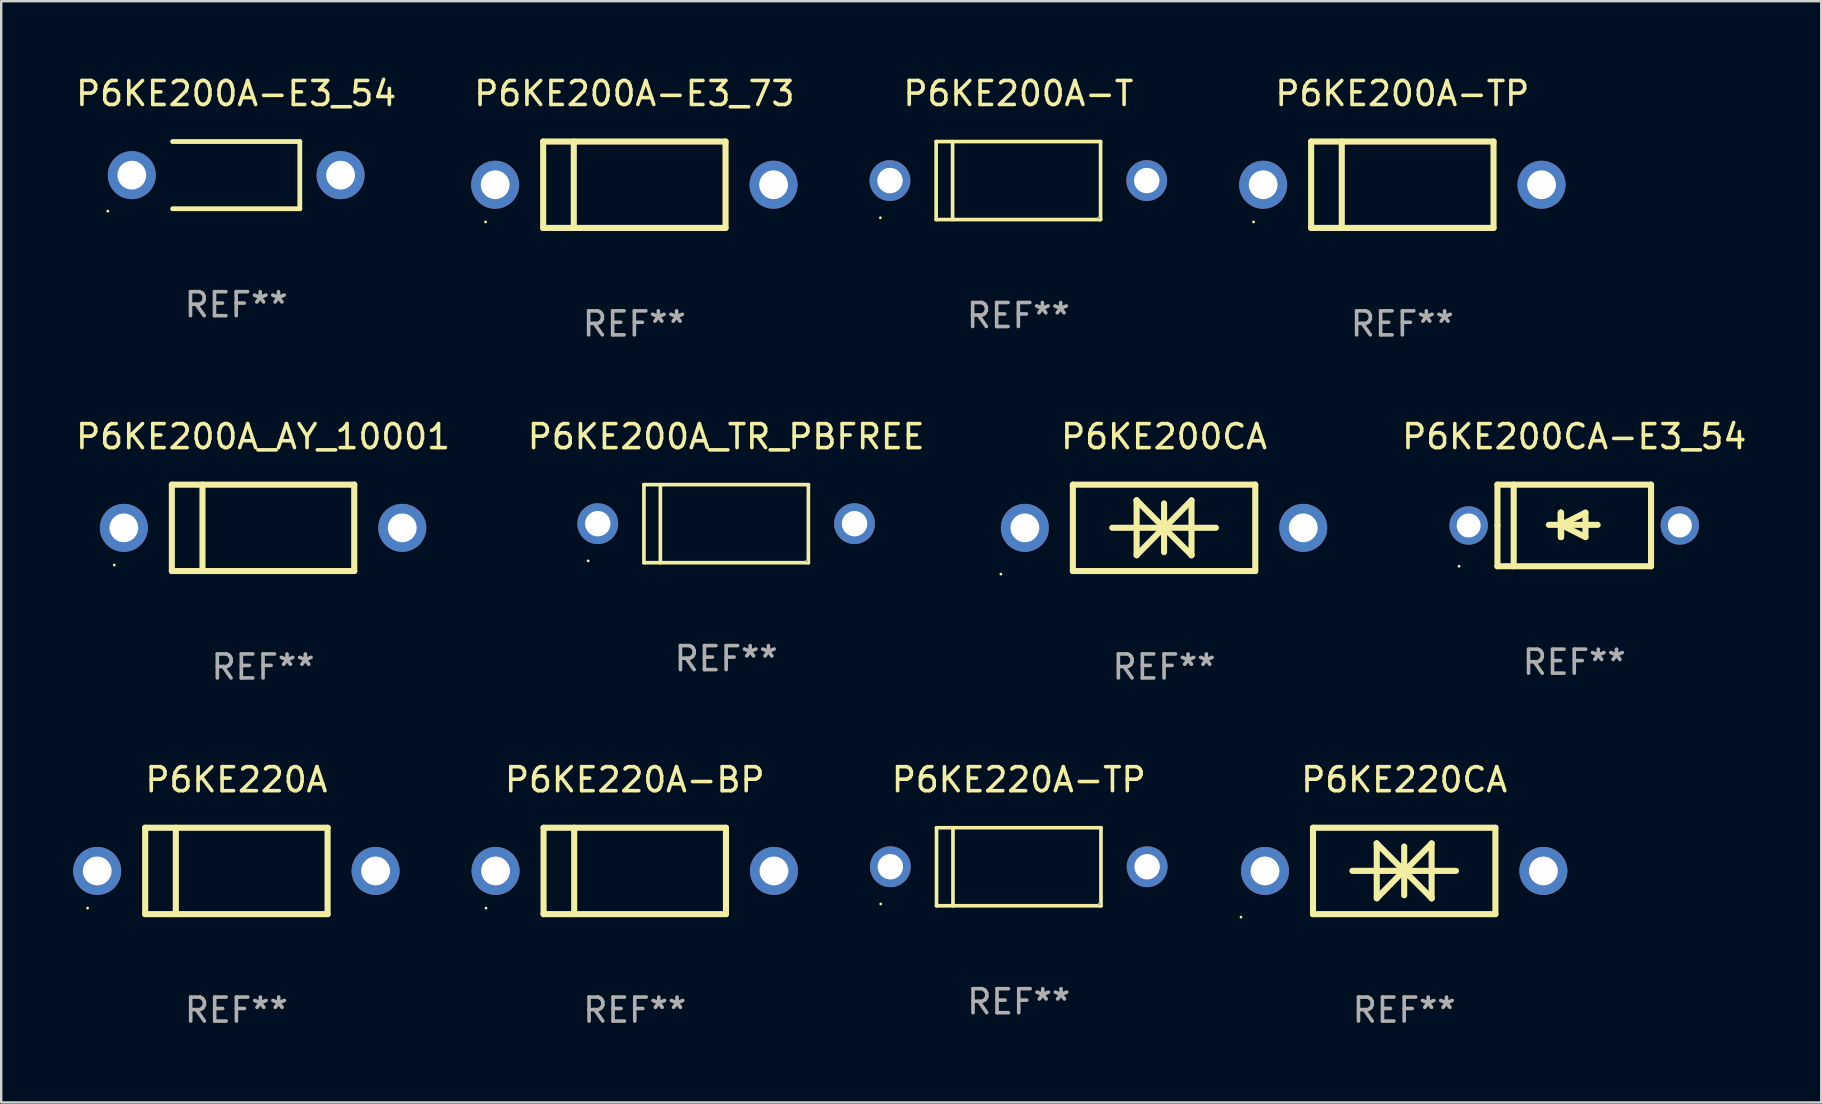
<source format=kicad_pcb>
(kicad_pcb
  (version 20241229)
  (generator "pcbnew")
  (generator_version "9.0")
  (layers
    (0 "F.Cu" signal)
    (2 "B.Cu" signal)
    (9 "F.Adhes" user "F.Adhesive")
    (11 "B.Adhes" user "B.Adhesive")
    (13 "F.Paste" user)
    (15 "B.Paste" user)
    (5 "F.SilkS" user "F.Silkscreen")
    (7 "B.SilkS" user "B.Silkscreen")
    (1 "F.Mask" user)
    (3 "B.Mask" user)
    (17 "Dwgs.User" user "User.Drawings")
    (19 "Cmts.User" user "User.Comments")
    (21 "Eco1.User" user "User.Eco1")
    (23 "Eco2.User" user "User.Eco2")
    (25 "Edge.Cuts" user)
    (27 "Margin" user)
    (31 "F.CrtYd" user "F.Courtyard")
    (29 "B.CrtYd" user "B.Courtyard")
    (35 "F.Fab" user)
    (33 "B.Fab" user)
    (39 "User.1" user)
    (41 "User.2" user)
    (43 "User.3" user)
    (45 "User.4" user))
  (footprint "P6KE200A-T"
    (layer "F.Cu")
    (at 39.384 4.474)
    (property "Reference" "P6KE200A-T" (at 0 -3.626 0) (layer "F.SilkS") (effects (font (size 1 1) (thickness 0.15))))
    (attr through_hole)
    (fp_line (start -3.426 -1.626) (end 3.426 -1.626) (stroke (width 0.152) (type solid)) (layer "F.SilkS"))
    (fp_line (start -3.426 1.626) (end -3.426 -1.626) (stroke (width 0.152) (type solid)) (layer "F.SilkS"))
    (fp_line (start -2.741 -1.626) (end -2.741 1.626) (stroke (width 0.152) (type solid)) (layer "F.SilkS"))
    (fp_line (start 3.426 -1.626) (end 3.426 1.626) (stroke (width 0.152) (type solid)) (layer "F.SilkS"))
    (fp_line (start 3.426 1.626) (end -3.426 1.626) (stroke (width 0.152) (type solid)) (layer "F.SilkS"))
    (fp_circle (center -5.75 1.55) (end -5.72 1.55) (stroke (width 0.06) (type solid)) (fill no) (layer "F.SilkS"))
    (fp_circle (center 3.35 1.55) (end 3.38 1.55) (stroke (width 0.06) (type solid)) (fill no) (layer "F.Fab"))
    (fp_text user "REF**" (at 0 5.626 0) (layer "F.Fab") (effects (font (size 1 1) (thickness 0.15))))
    (pad "1" thru_hole circle (at -5.35 -0.000013) (size 1.7 1.7) (drill 1.06) (layers "*.Cu" "*.Mask"))
    (pad "2" thru_hole circle (at 5.35 -0.000013) (size 1.7 1.7) (drill 1.06) (layers "*.Cu" "*.Mask")))
  (footprint "P6KE200A_TR_PBFREE"
    (layer "F.Cu")
    (at 27.208 18.771)
    (property "Reference" "P6KE200A_TR_PBFREE" (at 0 -3.626 0) (layer "F.SilkS") (effects (font (size 1 1) (thickness 0.15))))
    (attr through_hole)
    (fp_line (start -3.426 -1.626) (end 3.426 -1.626) (stroke (width 0.152) (type solid)) (layer "F.SilkS"))
    (fp_line (start -3.426 1.626) (end -3.426 -1.626) (stroke (width 0.152) (type solid)) (layer "F.SilkS"))
    (fp_line (start -2.741 -1.626) (end -2.741 1.626) (stroke (width 0.152) (type solid)) (layer "F.SilkS"))
    (fp_line (start 3.426 -1.626) (end 3.426 1.626) (stroke (width 0.152) (type solid)) (layer "F.SilkS"))
    (fp_line (start 3.426 1.626) (end -3.426 1.626) (stroke (width 0.152) (type solid)) (layer "F.SilkS"))
    (fp_circle (center -5.75 1.55) (end -5.72 1.55) (stroke (width 0.06) (type solid)) (fill no) (layer "F.SilkS"))
    (fp_circle (center 3.35 1.55) (end 3.38 1.55) (stroke (width 0.06) (type solid)) (fill no) (layer "F.Fab"))
    (fp_text user "REF**" (at 0 5.626 0) (layer "F.Fab") (effects (font (size 1 1) (thickness 0.15))))
    (pad "1" thru_hole circle (at -5.35 -0.000013) (size 1.7 1.7) (drill 1.06) (layers "*.Cu" "*.Mask"))
    (pad "2" thru_hole circle (at 5.35 -0.000013) (size 1.7 1.7) (drill 1.06) (layers "*.Cu" "*.Mask")))
  (footprint "P6KE220A"
    (layer "F.Cu")
    (at 6.8 33.241)
    (property "Reference" "P6KE220A" (at 0 -3.8 0) (layer "F.SilkS") (effects (font (size 1 1) (thickness 0.15))))
    (attr through_hole)
    (fp_line (start -3.8 -1.8) (end -3.8 1.8) (stroke (width 0.254) (type solid)) (layer "F.SilkS"))
    (fp_line (start -3.8 -1.8) (end 3.8 -1.8) (stroke (width 0.254) (type solid)) (layer "F.SilkS"))
    (fp_line (start -3.8 1.8) (end 3.8 1.8) (stroke (width 0.254) (type solid)) (layer "F.SilkS"))
    (fp_line (start -2.524 -1.8) (end -2.524 1.8) (stroke (width 0.254) (type solid)) (layer "F.SilkS"))
    (fp_line (start 3.8 -1.8) (end 3.8 1.8) (stroke (width 0.254) (type solid)) (layer "F.SilkS"))
    (fp_circle (center -6.2 1.55) (end -6.17 1.55) (stroke (width 0.06) (type solid)) (fill no) (layer "F.SilkS"))
    (fp_text user "REF**" (at 0 5.8 0) (layer "F.Fab") (effects (font (size 1 1) (thickness 0.15))))
    (pad "1" thru_hole circle (at -5.8 0) (size 2 2) (drill 1.2) (layers "*.Cu" "*.Mask"))
    (pad "2" thru_hole circle (at 5.8 0) (size 2 2) (drill 1.2) (layers "*.Cu" "*.Mask")))
  (footprint "P6KE200CA"
    (layer "F.Cu")
    (at 45.455 18.945)
    (property "Reference" "P6KE200CA" (at 0 -3.8 0) (layer "F.SilkS") (effects (font (size 1 1) (thickness 0.15))))
    (attr through_hole)
    (fp_line (start -3.8 -1.8) (end -3.8 1.8) (stroke (width 0.254) (type solid)) (layer "F.SilkS"))
    (fp_line (start -3.8 -1.8) (end 3.8 -1.8) (stroke (width 0.254) (type solid)) (layer "F.SilkS"))
    (fp_line (start -3.8 1.8) (end 3.8 1.8) (stroke (width 0.254) (type solid)) (layer "F.SilkS"))
    (fp_line (start -2.159 -0.003) (end 2.159 -0.003) (stroke (width 0.254) (type solid)) (layer "F.SilkS"))
    (fp_line (start -1.143 -1.146) (end -1.143 1.14) (stroke (width 0.254) (type solid)) (layer "F.SilkS"))
    (fp_line (start -1.143 -1.143) (end -1.143 -1.146) (stroke (width 0.254) (type solid)) (layer "F.SilkS"))
    (fp_line (start 0 -1.019) (end 0 1.013) (stroke (width 0.254) (type solid)) (layer "F.SilkS"))
    (fp_line (start 0 -0.026) (end -1.143 1.14) (stroke (width 0.254) (type solid)) (layer "F.SilkS"))
    (fp_line (start 0 -0.006) (end 1.143 1.137) (stroke (width 0.254) (type solid)) (layer "F.SilkS"))
    (fp_line (start 0 0) (end -1.143 -1.143) (stroke (width 0.254) (type solid)) (layer "F.SilkS"))
    (fp_line (start 0 0.02) (end 1.143 -1.146) (stroke (width 0.254) (type solid)) (layer "F.SilkS"))
    (fp_line (start 1.143 1.137) (end 1.143 1.14) (stroke (width 0.254) (type solid)) (layer "F.SilkS"))
    (fp_line (start 1.143 1.14) (end 1.143 -1.146) (stroke (width 0.254) (type solid)) (layer "F.SilkS"))
    (fp_line (start 3.8 -1.8) (end 3.8 1.8) (stroke (width 0.254) (type solid)) (layer "F.SilkS"))
    (fp_circle (center -6.8 1.927) (end -6.77 1.927) (stroke (width 0.06) (type solid)) (fill no) (layer "F.SilkS"))
    (fp_text user "REF**" (at 0 5.8 0) (layer "F.Fab") (effects (font (size 1 1) (thickness 0.15))))
    (pad "1" thru_hole circle (at -5.8 0) (size 2 2) (drill 1.2) (layers "*.Cu" "*.Mask"))
    (pad "2" thru_hole circle (at 5.8 0) (size 2 2) (drill 1.2) (layers "*.Cu" "*.Mask")))
  (footprint "P6KE220A-TP"
    (layer "F.Cu")
    (at 39.4 33.067)
    (property "Reference" "P6KE220A-TP" (at 0 -3.626 0) (layer "F.SilkS") (effects (font (size 1 1) (thickness 0.15))))
    (attr through_hole)
    (fp_line (start -3.426 -1.626) (end 3.426 -1.626) (stroke (width 0.152) (type solid)) (layer "F.SilkS"))
    (fp_line (start -3.426 1.626) (end -3.426 -1.626) (stroke (width 0.152) (type solid)) (layer "F.SilkS"))
    (fp_line (start -2.741 -1.626) (end -2.741 1.626) (stroke (width 0.152) (type solid)) (layer "F.SilkS"))
    (fp_line (start 3.426 -1.626) (end 3.426 1.626) (stroke (width 0.152) (type solid)) (layer "F.SilkS"))
    (fp_line (start 3.426 1.626) (end -3.426 1.626) (stroke (width 0.152) (type solid)) (layer "F.SilkS"))
    (fp_circle (center -5.75 1.55) (end -5.72 1.55) (stroke (width 0.06) (type solid)) (fill no) (layer "F.SilkS"))
    (fp_circle (center 3.35 1.55) (end 3.38 1.55) (stroke (width 0.06) (type solid)) (fill no) (layer "F.Fab"))
    (fp_text user "REF**" (at 0 5.626 0) (layer "F.Fab") (effects (font (size 1 1) (thickness 0.15))))
    (pad "1" thru_hole circle (at -5.35 -0.000013) (size 1.7 1.7) (drill 1.06) (layers "*.Cu" "*.Mask"))
    (pad "2" thru_hole circle (at 5.35 -0.000013) (size 1.7 1.7) (drill 1.06) (layers "*.Cu" "*.Mask")))
  (footprint "P6KE200A-TP"
    (layer "F.Cu")
    (at 55.384 4.648)
    (property "Reference" "P6KE200A-TP" (at 0 -3.8 0) (layer "F.SilkS") (effects (font (size 1 1) (thickness 0.15))))
    (attr through_hole)
    (fp_line (start -3.8 -1.8) (end -3.8 1.8) (stroke (width 0.254) (type solid)) (layer "F.SilkS"))
    (fp_line (start -3.8 -1.8) (end 3.8 -1.8) (stroke (width 0.254) (type solid)) (layer "F.SilkS"))
    (fp_line (start -3.8 1.8) (end 3.8 1.8) (stroke (width 0.254) (type solid)) (layer "F.SilkS"))
    (fp_line (start -2.524 -1.8) (end -2.524 1.8) (stroke (width 0.254) (type solid)) (layer "F.SilkS"))
    (fp_line (start 3.8 -1.8) (end 3.8 1.8) (stroke (width 0.254) (type solid)) (layer "F.SilkS"))
    (fp_circle (center -6.2 1.55) (end -6.17 1.55) (stroke (width 0.06) (type solid)) (fill no) (layer "F.SilkS"))
    (fp_text user "REF**" (at 0 5.8 0) (layer "F.Fab") (effects (font (size 1 1) (thickness 0.15))))
    (pad "1" thru_hole circle (at -5.8 0) (size 2 2) (drill 1.2) (layers "*.Cu" "*.Mask"))
    (pad "2" thru_hole circle (at 5.8 0) (size 2 2) (drill 1.2) (layers "*.Cu" "*.Mask")))
  (footprint "P6KE200A_AY_10001"
    (layer "F.Cu")
    (at 7.911 18.945)
    (property "Reference" "P6KE200A_AY_10001" (at 0 -3.8 0) (layer "F.SilkS") (effects (font (size 1 1) (thickness 0.15))))
    (attr through_hole)
    (fp_line (start -3.8 -1.8) (end -3.8 1.8) (stroke (width 0.254) (type solid)) (layer "F.SilkS"))
    (fp_line (start -3.8 -1.8) (end 3.8 -1.8) (stroke (width 0.254) (type solid)) (layer "F.SilkS"))
    (fp_line (start -3.8 1.8) (end 3.8 1.8) (stroke (width 0.254) (type solid)) (layer "F.SilkS"))
    (fp_line (start -2.524 -1.8) (end -2.524 1.8) (stroke (width 0.254) (type solid)) (layer "F.SilkS"))
    (fp_line (start 3.8 -1.8) (end 3.8 1.8) (stroke (width 0.254) (type solid)) (layer "F.SilkS"))
    (fp_circle (center -6.2 1.55) (end -6.17 1.55) (stroke (width 0.06) (type solid)) (fill no) (layer "F.SilkS"))
    (fp_text user "REF**" (at 0 5.8 0) (layer "F.Fab") (effects (font (size 1 1) (thickness 0.15))))
    (pad "1" thru_hole circle (at -5.8 0) (size 2 2) (drill 1.2) (layers "*.Cu" "*.Mask"))
    (pad "2" thru_hole circle (at 5.8 0) (size 2 2) (drill 1.2) (layers "*.Cu" "*.Mask")))
  (footprint "P6KE200A-E3_54"
    (layer "F.Cu")
    (at 6.792 4.248)
    (property "Reference" "P6KE200A-E3_54" (at 0 -3.4 0) (layer "F.SilkS") (effects (font (size 1 1) (thickness 0.15))))
    (attr through_hole)
    (fp_line (start -2.65 1.4) (end 2.65 1.4) (stroke (width 0.2) (type solid)) (layer "F.SilkS"))
    (fp_line (start 2.65 -1.4) (end -2.65 -1.4) (stroke (width 0.2) (type solid)) (layer "F.SilkS"))
    (fp_line (start 2.65 1.4) (end 2.65 -1.4) (stroke (width 0.2) (type solid)) (layer "F.SilkS"))
    (fp_circle (center -5.35 1.5) (end -5.32 1.5) (stroke (width 0.06) (type solid)) (fill no) (layer "F.SilkS"))
    (fp_text user "REF**" (at 0 5.4 0) (layer "F.Fab") (effects (font (size 1 1) (thickness 0.15))))
    (pad "1" thru_hole circle (at -4.35 0) (size 2 2) (drill 1.2) (layers "*.Cu" "*.Mask"))
    (pad "2" thru_hole circle (at 4.35 0) (size 2 2) (drill 1.2) (layers "*.Cu" "*.Mask")))
  (footprint "P6KE200A-E3_73"
    (layer "F.Cu")
    (at 23.383 4.648)
    (property "Reference" "P6KE200A-E3_73" (at 0 -3.8 0) (layer "F.SilkS") (effects (font (size 1 1) (thickness 0.15))))
    (attr through_hole)
    (fp_line (start -3.8 -1.8) (end -3.8 1.8) (stroke (width 0.254) (type solid)) (layer "F.SilkS"))
    (fp_line (start -3.8 -1.8) (end 3.8 -1.8) (stroke (width 0.254) (type solid)) (layer "F.SilkS"))
    (fp_line (start -3.8 1.8) (end 3.8 1.8) (stroke (width 0.254) (type solid)) (layer "F.SilkS"))
    (fp_line (start -2.524 -1.8) (end -2.524 1.8) (stroke (width 0.254) (type solid)) (layer "F.SilkS"))
    (fp_line (start 3.8 -1.8) (end 3.8 1.8) (stroke (width 0.254) (type solid)) (layer "F.SilkS"))
    (fp_circle (center -6.2 1.55) (end -6.17 1.55) (stroke (width 0.06) (type solid)) (fill no) (layer "F.SilkS"))
    (fp_text user "REF**" (at 0 5.8 0) (layer "F.Fab") (effects (font (size 1 1) (thickness 0.15))))
    (pad "1" thru_hole circle (at -5.8 0) (size 2 2) (drill 1.2) (layers "*.Cu" "*.Mask"))
    (pad "2" thru_hole circle (at 5.8 0) (size 2 2) (drill 1.2) (layers "*.Cu" "*.Mask")))
  (footprint "P6KE220CA"
    (layer "F.Cu")
    (at 55.461 33.241)
    (property "Reference" "P6KE220CA" (at 0 -3.8 0) (layer "F.SilkS") (effects (font (size 1 1) (thickness 0.15))))
    (attr through_hole)
    (fp_line (start -3.8 -1.8) (end -3.8 1.8) (stroke (width 0.254) (type solid)) (layer "F.SilkS"))
    (fp_line (start -3.8 -1.8) (end 3.8 -1.8) (stroke (width 0.254) (type solid)) (layer "F.SilkS"))
    (fp_line (start -3.8 1.8) (end 3.8 1.8) (stroke (width 0.254) (type solid)) (layer "F.SilkS"))
    (fp_line (start -2.159 -0.003) (end 2.159 -0.003) (stroke (width 0.254) (type solid)) (layer "F.SilkS"))
    (fp_line (start -1.143 -1.146) (end -1.143 1.14) (stroke (width 0.254) (type solid)) (layer "F.SilkS"))
    (fp_line (start -1.143 -1.143) (end -1.143 -1.146) (stroke (width 0.254) (type solid)) (layer "F.SilkS"))
    (fp_line (start 0 -1.019) (end 0 1.013) (stroke (width 0.254) (type solid)) (layer "F.SilkS"))
    (fp_line (start 0 -0.026) (end -1.143 1.14) (stroke (width 0.254) (type solid)) (layer "F.SilkS"))
    (fp_line (start 0 -0.006) (end 1.143 1.137) (stroke (width 0.254) (type solid)) (layer "F.SilkS"))
    (fp_line (start 0 0) (end -1.143 -1.143) (stroke (width 0.254) (type solid)) (layer "F.SilkS"))
    (fp_line (start 0 0.02) (end 1.143 -1.146) (stroke (width 0.254) (type solid)) (layer "F.SilkS"))
    (fp_line (start 1.143 1.137) (end 1.143 1.14) (stroke (width 0.254) (type solid)) (layer "F.SilkS"))
    (fp_line (start 1.143 1.14) (end 1.143 -1.146) (stroke (width 0.254) (type solid)) (layer "F.SilkS"))
    (fp_line (start 3.8 -1.8) (end 3.8 1.8) (stroke (width 0.254) (type solid)) (layer "F.SilkS"))
    (fp_circle (center -6.8 1.927) (end -6.77 1.927) (stroke (width 0.06) (type solid)) (fill no) (layer "F.SilkS"))
    (fp_text user "REF**" (at 0 5.8 0) (layer "F.Fab") (effects (font (size 1 1) (thickness 0.15))))
    (pad "1" thru_hole circle (at -5.8 0) (size 2 2) (drill 1.2) (layers "*.Cu" "*.Mask"))
    (pad "2" thru_hole circle (at 5.8 0) (size 2 2) (drill 1.2) (layers "*.Cu" "*.Mask")))
  (footprint "P6KE220A-BP"
    (layer "F.Cu")
    (at 23.4 33.241)
    (property "Reference" "P6KE220A-BP" (at 0 -3.8 0) (layer "F.SilkS") (effects (font (size 1 1) (thickness 0.15))))
    (attr through_hole)
    (fp_line (start -3.8 -1.8) (end -3.8 1.8) (stroke (width 0.254) (type solid)) (layer "F.SilkS"))
    (fp_line (start -3.8 -1.8) (end 3.8 -1.8) (stroke (width 0.254) (type solid)) (layer "F.SilkS"))
    (fp_line (start -3.8 1.8) (end 3.8 1.8) (stroke (width 0.254) (type solid)) (layer "F.SilkS"))
    (fp_line (start -2.524 -1.8) (end -2.524 1.8) (stroke (width 0.254) (type solid)) (layer "F.SilkS"))
    (fp_line (start 3.8 -1.8) (end 3.8 1.8) (stroke (width 0.254) (type solid)) (layer "F.SilkS"))
    (fp_circle (center -6.2 1.55) (end -6.17 1.55) (stroke (width 0.06) (type solid)) (fill no) (layer "F.SilkS"))
    (fp_text user "REF**" (at 0 5.8 0) (layer "F.Fab") (effects (font (size 1 1) (thickness 0.15))))
    (pad "1" thru_hole circle (at -5.8 0) (size 2 2) (drill 1.2) (layers "*.Cu" "*.Mask"))
    (pad "2" thru_hole circle (at 5.8 0) (size 2 2) (drill 1.2) (layers "*.Cu" "*.Mask")))
  (footprint "P6KE200CA-E3_54"
    (layer "F.Cu")
    (at 62.547 18.845)
    (property "Reference" "P6KE200CA-E3_54" (at 0 -3.7 0) (layer "F.SilkS") (effects (font (size 1 1) (thickness 0.15))))
    (attr through_hole)
    (fp_line (start -3.2 -1.7) (end 3.2 -1.7) (stroke (width 0.254) (type solid)) (layer "F.SilkS"))
    (fp_line (start -3.2 0) (end -3.2 -1.7) (stroke (width 0.254) (type solid)) (layer "F.SilkS"))
    (fp_line (start -3.2 1.7) (end -3.2 0) (stroke (width 0.254) (type solid)) (layer "F.SilkS"))
    (fp_line (start -2.523 -1.7) (end -2.523 1.7) (stroke (width 0.254) (type solid)) (layer "F.SilkS"))
    (fp_line (start -0.561 -0.533) (end -0.561 0.483) (stroke (width 0.254) (type solid)) (layer "F.SilkS"))
    (fp_line (start -0.561 -0.025) (end -0.561 -0.533) (stroke (width 0.254) (type solid)) (layer "F.SilkS"))
    (fp_line (start -0.549 -0.025) (end -0.549 0.483) (stroke (width 0.254) (type solid)) (layer "F.SilkS"))
    (fp_line (start -0.549 -0.025) (end 0.467 0.483) (stroke (width 0.254) (type solid)) (layer "F.SilkS"))
    (fp_line (start -0.549 0.483) (end -0.549 -0.533) (stroke (width 0.254) (type solid)) (layer "F.SilkS"))
    (fp_line (start 0.467 -0.533) (end -0.549 -0.025) (stroke (width 0.254) (type solid)) (layer "F.SilkS"))
    (fp_line (start 0.467 0.483) (end 0.467 -0.533) (stroke (width 0.254) (type solid)) (layer "F.SilkS"))
    (fp_line (start 0.975 -0.025) (end -1.057 -0.025) (stroke (width 0.254) (type solid)) (layer "F.SilkS"))
    (fp_line (start 3.2 -1.7) (end 3.2 1.7) (stroke (width 0.254) (type solid)) (layer "F.SilkS"))
    (fp_line (start 3.2 1.7) (end -3.2 1.7) (stroke (width 0.254) (type solid)) (layer "F.SilkS"))
    (fp_circle (center -4.8 1.7) (end -4.77 1.7) (stroke (width 0.06) (type solid)) (fill no) (layer "F.SilkS"))
    (fp_text user "REF**" (at 0 5.7 0) (layer "F.Fab") (effects (font (size 1 1) (thickness 0.15))))
    (pad "1" thru_hole circle (at -4.4 0) (size 1.6 1.6) (drill 1) (layers "*.Cu" "*.Mask"))
    (pad "2" thru_hole circle (at 4.4 0) (size 1.6 1.6) (drill 1) (layers "*.Cu" "*.Mask")))
  (gr_rect
    (start -3 -3)
    (end 72.839 42.889)
    (stroke (width 0.1) (type default))
    (fill no)
    (layer "Edge.Cuts")))
</source>
